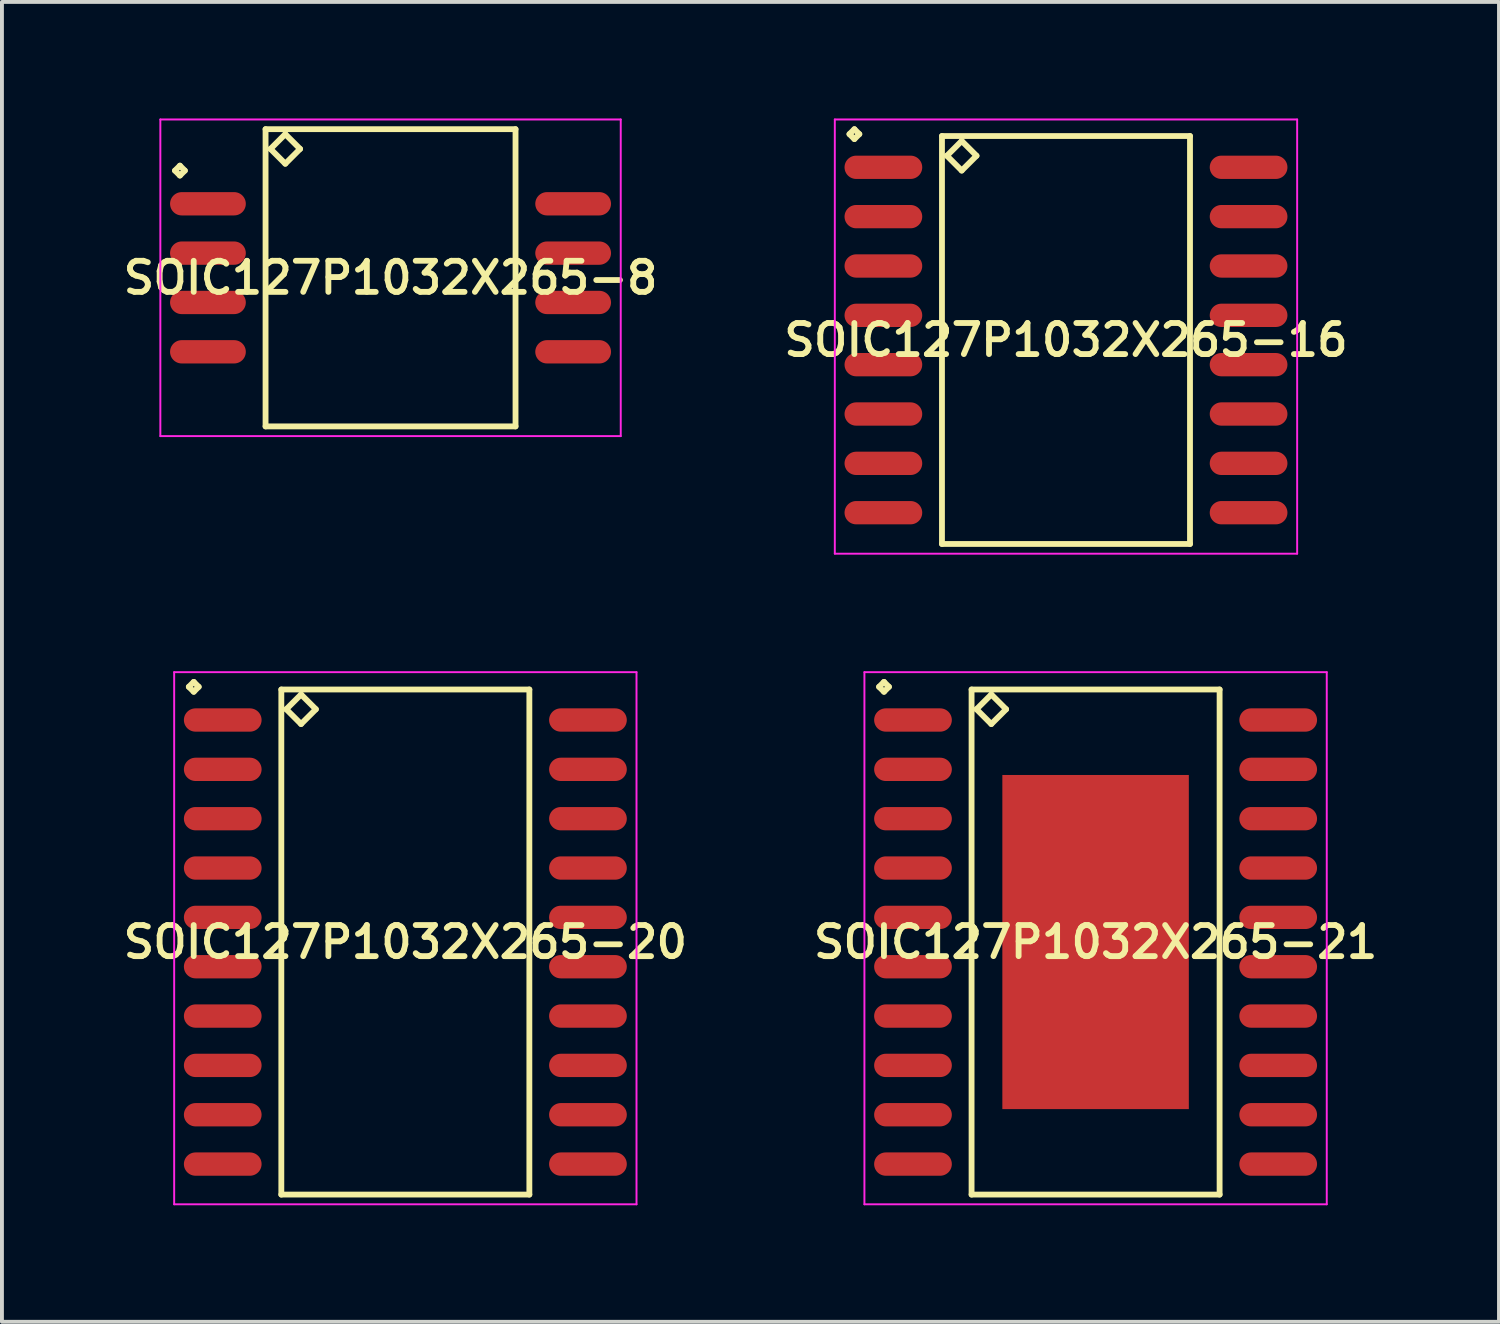
<source format=kicad_pcb>
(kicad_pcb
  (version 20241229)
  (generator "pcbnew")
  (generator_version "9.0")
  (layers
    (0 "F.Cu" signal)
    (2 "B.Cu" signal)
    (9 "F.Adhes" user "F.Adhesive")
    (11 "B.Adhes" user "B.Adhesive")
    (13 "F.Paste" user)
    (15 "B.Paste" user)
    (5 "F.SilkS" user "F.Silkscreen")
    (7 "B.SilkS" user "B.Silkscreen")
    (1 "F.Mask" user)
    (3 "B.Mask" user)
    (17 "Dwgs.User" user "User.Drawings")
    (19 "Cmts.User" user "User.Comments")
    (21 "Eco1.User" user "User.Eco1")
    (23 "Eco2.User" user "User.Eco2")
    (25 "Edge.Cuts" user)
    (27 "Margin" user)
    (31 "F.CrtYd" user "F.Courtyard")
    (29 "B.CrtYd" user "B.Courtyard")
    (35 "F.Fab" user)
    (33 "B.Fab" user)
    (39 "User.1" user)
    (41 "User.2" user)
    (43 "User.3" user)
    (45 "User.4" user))
  (footprint "SOIC127P1032X265-8"
    (layer "F.Cu")
    (at 7.002 4.1)
    (property "Reference" "SOIC127P1032X265-8" (at 0 0 0) (layer "F.SilkS") (effects (font (size 0.8 0.8) (thickness 0.15))))
    (attr smd)
    (fp_line (start -5.548 -2.759) (end -5.421 -2.886) (stroke (width 0.15) (type solid)) (layer "F.SilkS"))
    (fp_line (start -5.421 -2.886) (end -5.294 -2.759) (stroke (width 0.15) (type solid)) (layer "F.SilkS"))
    (fp_line (start -5.421 -2.632) (end -5.548 -2.759) (stroke (width 0.15) (type solid)) (layer "F.SilkS"))
    (fp_line (start -5.294 -2.759) (end -5.421 -2.632) (stroke (width 0.15) (type solid)) (layer "F.SilkS"))
    (fp_line (start -3.217 -3.825) (end -3.217 3.825) (stroke (width 0.15) (type solid)) (layer "F.SilkS"))
    (fp_line (start -3.217 3.825) (end 3.217 3.825) (stroke (width 0.15) (type solid)) (layer "F.SilkS"))
    (fp_line (start -3.09 -3.317) (end -2.709 -3.698) (stroke (width 0.15) (type solid)) (layer "F.SilkS"))
    (fp_line (start -2.709 -3.698) (end -2.328 -3.317) (stroke (width 0.15) (type solid)) (layer "F.SilkS"))
    (fp_line (start -2.709 -2.936) (end -3.09 -3.317) (stroke (width 0.15) (type solid)) (layer "F.SilkS"))
    (fp_line (start -2.328 -3.317) (end -2.709 -2.936) (stroke (width 0.15) (type solid)) (layer "F.SilkS"))
    (fp_line (start 3.217 -3.825) (end -3.217 -3.825) (stroke (width 0.15) (type solid)) (layer "F.SilkS"))
    (fp_line (start 3.217 3.825) (end 3.217 -3.825) (stroke (width 0.15) (type solid)) (layer "F.SilkS"))
    (fp_line (start -5.925 -4.075) (end 5.925 -4.075) (stroke (width 0.05) (type solid)) (layer "F.CrtYd"))
    (fp_line (start -5.925 4.075) (end -5.925 -4.075) (stroke (width 0.05) (type solid)) (layer "F.CrtYd"))
    (fp_line (start 5.925 -4.075) (end 5.925 4.075) (stroke (width 0.05) (type solid)) (layer "F.CrtYd"))
    (fp_line (start 5.925 4.075) (end -5.925 4.075) (stroke (width 0.05) (type solid)) (layer "F.CrtYd"))
    (pad "1" smd oval (at -4.7 -1.905) (size 1.95 0.6) (layers "F.Cu" "F.Mask" "F.Paste"))
    (pad "2" smd oval (at -4.7 -0.635) (size 1.95 0.6) (layers "F.Cu" "F.Mask" "F.Paste"))
    (pad "3" smd oval (at -4.7 0.635) (size 1.95 0.6) (layers "F.Cu" "F.Mask" "F.Paste"))
    (pad "4" smd oval (at -4.7 1.905) (size 1.95 0.6) (layers "F.Cu" "F.Mask" "F.Paste"))
    (pad "5" smd oval (at 4.7 1.905) (size 1.95 0.6) (layers "F.Cu" "F.Mask" "F.Paste"))
    (pad "6" smd oval (at 4.7 0.635) (size 1.95 0.6) (layers "F.Cu" "F.Mask" "F.Paste"))
    (pad "7" smd oval (at 4.7 -0.635) (size 1.95 0.6) (layers "F.Cu" "F.Mask" "F.Paste"))
    (pad "8" smd oval (at 4.7 -1.905) (size 1.95 0.6) (layers "F.Cu" "F.Mask" "F.Paste")))
  (footprint "SOIC127P1032X265-20"
    (layer "F.Cu")
    (at 7.383 21.197)
    (property "Reference" "SOIC127P1032X265-20" (at 0 0 0) (layer "F.SilkS") (effects (font (size 0.8 0.8) (thickness 0.15))))
    (attr smd)
    (fp_line (start -5.573 -6.569) (end -5.446 -6.696) (stroke (width 0.15) (type solid)) (layer "F.SilkS"))
    (fp_line (start -5.446 -6.696) (end -5.319 -6.569) (stroke (width 0.15) (type solid)) (layer "F.SilkS"))
    (fp_line (start -5.446 -6.442) (end -5.573 -6.569) (stroke (width 0.15) (type solid)) (layer "F.SilkS"))
    (fp_line (start -5.319 -6.569) (end -5.446 -6.442) (stroke (width 0.15) (type solid)) (layer "F.SilkS"))
    (fp_line (start -3.192 -6.5) (end -3.192 6.5) (stroke (width 0.15) (type solid)) (layer "F.SilkS"))
    (fp_line (start -3.192 6.5) (end 3.192 6.5) (stroke (width 0.15) (type solid)) (layer "F.SilkS"))
    (fp_line (start -3.065 -5.992) (end -2.684 -6.373) (stroke (width 0.15) (type solid)) (layer "F.SilkS"))
    (fp_line (start -2.684 -6.373) (end -2.303 -5.992) (stroke (width 0.15) (type solid)) (layer "F.SilkS"))
    (fp_line (start -2.684 -5.611) (end -3.065 -5.992) (stroke (width 0.15) (type solid)) (layer "F.SilkS"))
    (fp_line (start -2.303 -5.992) (end -2.684 -5.611) (stroke (width 0.15) (type solid)) (layer "F.SilkS"))
    (fp_line (start 3.192 -6.5) (end -3.192 -6.5) (stroke (width 0.15) (type solid)) (layer "F.SilkS"))
    (fp_line (start 3.192 6.5) (end 3.192 -6.5) (stroke (width 0.15) (type solid)) (layer "F.SilkS"))
    (fp_line (start -5.95 -6.946) (end 5.95 -6.946) (stroke (width 0.05) (type solid)) (layer "F.CrtYd"))
    (fp_line (start -5.95 6.75) (end -5.95 -6.946) (stroke (width 0.05) (type solid)) (layer "F.CrtYd"))
    (fp_line (start 5.95 -6.946) (end 5.95 6.75) (stroke (width 0.05) (type solid)) (layer "F.CrtYd"))
    (fp_line (start 5.95 6.75) (end -5.95 6.75) (stroke (width 0.05) (type solid)) (layer "F.CrtYd"))
    (pad "1" smd oval (at -4.7 -5.715) (size 2 0.6) (layers "F.Cu" "F.Mask" "F.Paste"))
    (pad "2" smd oval (at -4.7 -4.445) (size 2 0.6) (layers "F.Cu" "F.Mask" "F.Paste"))
    (pad "3" smd oval (at -4.7 -3.175) (size 2 0.6) (layers "F.Cu" "F.Mask" "F.Paste"))
    (pad "4" smd oval (at -4.7 -1.905) (size 2 0.6) (layers "F.Cu" "F.Mask" "F.Paste"))
    (pad "5" smd oval (at -4.7 -0.635) (size 2 0.6) (layers "F.Cu" "F.Mask" "F.Paste"))
    (pad "6" smd oval (at -4.7 0.635) (size 2 0.6) (layers "F.Cu" "F.Mask" "F.Paste"))
    (pad "7" smd oval (at -4.7 1.905) (size 2 0.6) (layers "F.Cu" "F.Mask" "F.Paste"))
    (pad "8" smd oval (at -4.7 3.175) (size 2 0.6) (layers "F.Cu" "F.Mask" "F.Paste"))
    (pad "9" smd oval (at -4.7 4.445) (size 2 0.6) (layers "F.Cu" "F.Mask" "F.Paste"))
    (pad "10" smd oval (at -4.7 5.715) (size 2 0.6) (layers "F.Cu" "F.Mask" "F.Paste"))
    (pad "11" smd oval (at 4.7 5.715) (size 2 0.6) (layers "F.Cu" "F.Mask" "F.Paste"))
    (pad "12" smd oval (at 4.7 4.445) (size 2 0.6) (layers "F.Cu" "F.Mask" "F.Paste"))
    (pad "13" smd oval (at 4.7 3.175) (size 2 0.6) (layers "F.Cu" "F.Mask" "F.Paste"))
    (pad "14" smd oval (at 4.7 1.905) (size 2 0.6) (layers "F.Cu" "F.Mask" "F.Paste"))
    (pad "15" smd oval (at 4.7 0.635) (size 2 0.6) (layers "F.Cu" "F.Mask" "F.Paste"))
    (pad "16" smd oval (at 4.7 -0.635) (size 2 0.6) (layers "F.Cu" "F.Mask" "F.Paste"))
    (pad "17" smd oval (at 4.7 -1.905) (size 2 0.6) (layers "F.Cu" "F.Mask" "F.Paste"))
    (pad "18" smd oval (at 4.7 -3.175) (size 2 0.6) (layers "F.Cu" "F.Mask" "F.Paste"))
    (pad "19" smd oval (at 4.7 -4.445) (size 2 0.6) (layers "F.Cu" "F.Mask" "F.Paste"))
    (pad "20" smd oval (at 4.7 -5.715) (size 2 0.6) (layers "F.Cu" "F.Mask" "F.Paste")))
  (footprint "SOIC127P1032X265-21"
    (layer "F.Cu")
    (at 25.149 21.197)
    (property "Reference" "SOIC127P1032X265-21" (at 0 0 0) (layer "F.SilkS") (effects (font (size 0.8 0.8) (thickness 0.15))))
    (attr smd)
    (fp_line (start -5.573 -6.569) (end -5.446 -6.696) (stroke (width 0.15) (type solid)) (layer "F.SilkS"))
    (fp_line (start -5.446 -6.696) (end -5.319 -6.569) (stroke (width 0.15) (type solid)) (layer "F.SilkS"))
    (fp_line (start -5.446 -6.442) (end -5.573 -6.569) (stroke (width 0.15) (type solid)) (layer "F.SilkS"))
    (fp_line (start -5.319 -6.569) (end -5.446 -6.442) (stroke (width 0.15) (type solid)) (layer "F.SilkS"))
    (fp_line (start -3.192 -6.5) (end -3.192 6.5) (stroke (width 0.15) (type solid)) (layer "F.SilkS"))
    (fp_line (start -3.192 6.5) (end 3.192 6.5) (stroke (width 0.15) (type solid)) (layer "F.SilkS"))
    (fp_line (start -3.065 -5.992) (end -2.684 -6.373) (stroke (width 0.15) (type solid)) (layer "F.SilkS"))
    (fp_line (start -2.684 -6.373) (end -2.303 -5.992) (stroke (width 0.15) (type solid)) (layer "F.SilkS"))
    (fp_line (start -2.684 -5.611) (end -3.065 -5.992) (stroke (width 0.15) (type solid)) (layer "F.SilkS"))
    (fp_line (start -2.303 -5.992) (end -2.684 -5.611) (stroke (width 0.15) (type solid)) (layer "F.SilkS"))
    (fp_line (start 3.192 -6.5) (end -3.192 -6.5) (stroke (width 0.15) (type solid)) (layer "F.SilkS"))
    (fp_line (start 3.192 6.5) (end 3.192 -6.5) (stroke (width 0.15) (type solid)) (layer "F.SilkS"))
    (fp_line (start -5.95 -6.946) (end 5.95 -6.946) (stroke (width 0.05) (type solid)) (layer "F.CrtYd"))
    (fp_line (start -5.95 6.75) (end -5.95 -6.946) (stroke (width 0.05) (type solid)) (layer "F.CrtYd"))
    (fp_line (start 5.95 -6.946) (end 5.95 6.75) (stroke (width 0.05) (type solid)) (layer "F.CrtYd"))
    (fp_line (start 5.95 6.75) (end -5.95 6.75) (stroke (width 0.05) (type solid)) (layer "F.CrtYd"))
    (pad "1" smd oval (at -4.7 -5.715) (size 2 0.6) (layers "F.Cu" "F.Mask" "F.Paste"))
    (pad "2" smd oval (at -4.7 -4.445) (size 2 0.6) (layers "F.Cu" "F.Mask" "F.Paste"))
    (pad "3" smd oval (at -4.7 -3.175) (size 2 0.6) (layers "F.Cu" "F.Mask" "F.Paste"))
    (pad "4" smd oval (at -4.7 -1.905) (size 2 0.6) (layers "F.Cu" "F.Mask" "F.Paste"))
    (pad "5" smd oval (at -4.7 -0.635) (size 2 0.6) (layers "F.Cu" "F.Mask" "F.Paste"))
    (pad "6" smd oval (at -4.7 0.635) (size 2 0.6) (layers "F.Cu" "F.Mask" "F.Paste"))
    (pad "7" smd oval (at -4.7 1.905) (size 2 0.6) (layers "F.Cu" "F.Mask" "F.Paste"))
    (pad "8" smd oval (at -4.7 3.175) (size 2 0.6) (layers "F.Cu" "F.Mask" "F.Paste"))
    (pad "9" smd oval (at -4.7 4.445) (size 2 0.6) (layers "F.Cu" "F.Mask" "F.Paste"))
    (pad "10" smd oval (at -4.7 5.715) (size 2 0.6) (layers "F.Cu" "F.Mask" "F.Paste"))
    (pad "11" smd oval (at 4.7 5.715) (size 2 0.6) (layers "F.Cu" "F.Mask" "F.Paste"))
    (pad "12" smd oval (at 4.7 4.445) (size 2 0.6) (layers "F.Cu" "F.Mask" "F.Paste"))
    (pad "13" smd oval (at 4.7 3.175) (size 2 0.6) (layers "F.Cu" "F.Mask" "F.Paste"))
    (pad "14" smd oval (at 4.7 1.905) (size 2 0.6) (layers "F.Cu" "F.Mask" "F.Paste"))
    (pad "15" smd oval (at 4.7 0.635) (size 2 0.6) (layers "F.Cu" "F.Mask" "F.Paste"))
    (pad "16" smd oval (at 4.7 -0.635) (size 2 0.6) (layers "F.Cu" "F.Mask" "F.Paste"))
    (pad "17" smd oval (at 4.7 -1.905) (size 2 0.6) (layers "F.Cu" "F.Mask" "F.Paste"))
    (pad "18" smd oval (at 4.7 -3.175) (size 2 0.6) (layers "F.Cu" "F.Mask" "F.Paste"))
    (pad "19" smd oval (at 4.7 -4.445) (size 2 0.6) (layers "F.Cu" "F.Mask" "F.Paste"))
    (pad "20" smd oval (at 4.7 -5.715) (size 2 0.6) (layers "F.Cu" "F.Mask" "F.Paste"))
    (pad "21" smd rect (at 0 0) (size 4.8 8.6) (layers "F.Cu" "F.Mask" "F.Paste")))
  (footprint "SOIC127P1032X265-16"
    (layer "F.Cu")
    (at 24.387 5.701)
    (property "Reference" "SOIC127P1032X265-16" (at 0 0 0) (layer "F.SilkS") (effects (font (size 0.8 0.8) (thickness 0.15))))
    (attr smd)
    (fp_line (start -5.573 -5.299) (end -5.446 -5.426) (stroke (width 0.15) (type solid)) (layer "F.SilkS"))
    (fp_line (start -5.446 -5.426) (end -5.319 -5.299) (stroke (width 0.15) (type solid)) (layer "F.SilkS"))
    (fp_line (start -5.446 -5.172) (end -5.573 -5.299) (stroke (width 0.15) (type solid)) (layer "F.SilkS"))
    (fp_line (start -5.319 -5.299) (end -5.446 -5.172) (stroke (width 0.15) (type solid)) (layer "F.SilkS"))
    (fp_line (start -3.192 -5.25) (end -3.192 5.25) (stroke (width 0.15) (type solid)) (layer "F.SilkS"))
    (fp_line (start -3.192 5.25) (end 3.192 5.25) (stroke (width 0.15) (type solid)) (layer "F.SilkS"))
    (fp_line (start -3.065 -4.742) (end -2.684 -5.123) (stroke (width 0.15) (type solid)) (layer "F.SilkS"))
    (fp_line (start -2.684 -5.123) (end -2.303 -4.742) (stroke (width 0.15) (type solid)) (layer "F.SilkS"))
    (fp_line (start -2.684 -4.361) (end -3.065 -4.742) (stroke (width 0.15) (type solid)) (layer "F.SilkS"))
    (fp_line (start -2.303 -4.742) (end -2.684 -4.361) (stroke (width 0.15) (type solid)) (layer "F.SilkS"))
    (fp_line (start 3.192 -5.25) (end -3.192 -5.25) (stroke (width 0.15) (type solid)) (layer "F.SilkS"))
    (fp_line (start 3.192 5.25) (end 3.192 -5.25) (stroke (width 0.15) (type solid)) (layer "F.SilkS"))
    (fp_line (start -5.95 -5.676) (end 5.95 -5.676) (stroke (width 0.05) (type solid)) (layer "F.CrtYd"))
    (fp_line (start -5.95 5.5) (end -5.95 -5.676) (stroke (width 0.05) (type solid)) (layer "F.CrtYd"))
    (fp_line (start 5.95 -5.676) (end 5.95 5.5) (stroke (width 0.05) (type solid)) (layer "F.CrtYd"))
    (fp_line (start 5.95 5.5) (end -5.95 5.5) (stroke (width 0.05) (type solid)) (layer "F.CrtYd"))
    (pad "1" smd oval (at -4.7 -4.445) (size 2 0.6) (layers "F.Cu" "F.Mask" "F.Paste"))
    (pad "2" smd oval (at -4.7 -3.175) (size 2 0.6) (layers "F.Cu" "F.Mask" "F.Paste"))
    (pad "3" smd oval (at -4.7 -1.905) (size 2 0.6) (layers "F.Cu" "F.Mask" "F.Paste"))
    (pad "4" smd oval (at -4.7 -0.635) (size 2 0.6) (layers "F.Cu" "F.Mask" "F.Paste"))
    (pad "5" smd oval (at -4.7 0.635) (size 2 0.6) (layers "F.Cu" "F.Mask" "F.Paste"))
    (pad "6" smd oval (at -4.7 1.905) (size 2 0.6) (layers "F.Cu" "F.Mask" "F.Paste"))
    (pad "7" smd oval (at -4.7 3.175) (size 2 0.6) (layers "F.Cu" "F.Mask" "F.Paste"))
    (pad "8" smd oval (at -4.7 4.445) (size 2 0.6) (layers "F.Cu" "F.Mask" "F.Paste"))
    (pad "9" smd oval (at 4.7 4.445) (size 2 0.6) (layers "F.Cu" "F.Mask" "F.Paste"))
    (pad "10" smd oval (at 4.7 3.175) (size 2 0.6) (layers "F.Cu" "F.Mask" "F.Paste"))
    (pad "11" smd oval (at 4.7 1.905) (size 2 0.6) (layers "F.Cu" "F.Mask" "F.Paste"))
    (pad "12" smd oval (at 4.7 0.635) (size 2 0.6) (layers "F.Cu" "F.Mask" "F.Paste"))
    (pad "13" smd oval (at 4.7 -0.635) (size 2 0.6) (layers "F.Cu" "F.Mask" "F.Paste"))
    (pad "14" smd oval (at 4.7 -1.905) (size 2 0.6) (layers "F.Cu" "F.Mask" "F.Paste"))
    (pad "15" smd oval (at 4.7 -3.175) (size 2 0.6) (layers "F.Cu" "F.Mask" "F.Paste"))
    (pad "16" smd oval (at 4.7 -4.445) (size 2 0.6) (layers "F.Cu" "F.Mask" "F.Paste")))
  (gr_rect
    (start -3 -3)
    (end 35.532 30.972)
    (stroke (width 0.1) (type default))
    (fill no)
    (layer "Edge.Cuts")))
</source>
